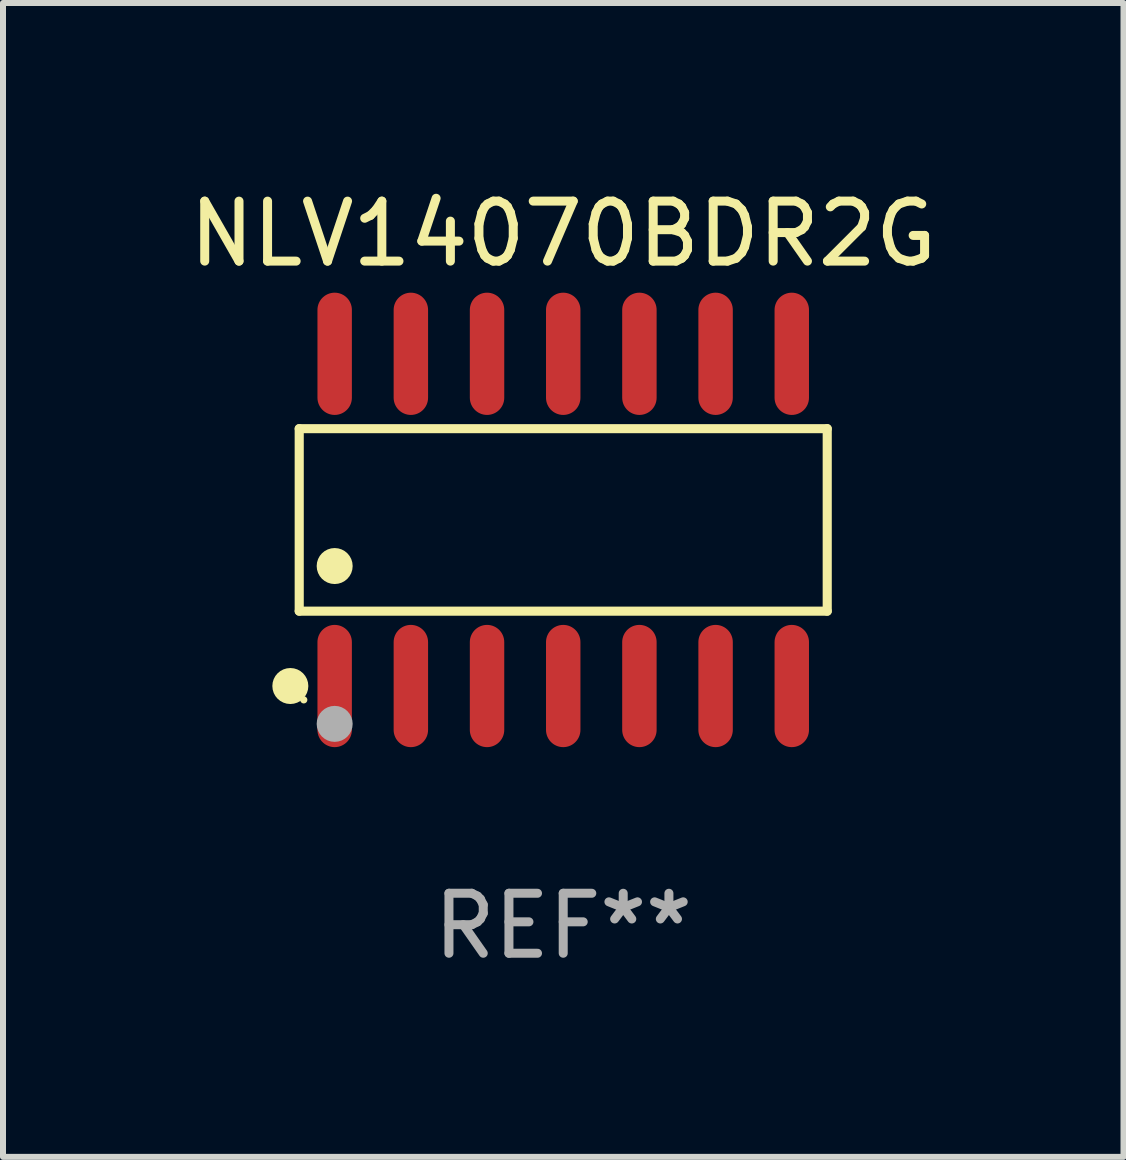
<source format=kicad_pcb>
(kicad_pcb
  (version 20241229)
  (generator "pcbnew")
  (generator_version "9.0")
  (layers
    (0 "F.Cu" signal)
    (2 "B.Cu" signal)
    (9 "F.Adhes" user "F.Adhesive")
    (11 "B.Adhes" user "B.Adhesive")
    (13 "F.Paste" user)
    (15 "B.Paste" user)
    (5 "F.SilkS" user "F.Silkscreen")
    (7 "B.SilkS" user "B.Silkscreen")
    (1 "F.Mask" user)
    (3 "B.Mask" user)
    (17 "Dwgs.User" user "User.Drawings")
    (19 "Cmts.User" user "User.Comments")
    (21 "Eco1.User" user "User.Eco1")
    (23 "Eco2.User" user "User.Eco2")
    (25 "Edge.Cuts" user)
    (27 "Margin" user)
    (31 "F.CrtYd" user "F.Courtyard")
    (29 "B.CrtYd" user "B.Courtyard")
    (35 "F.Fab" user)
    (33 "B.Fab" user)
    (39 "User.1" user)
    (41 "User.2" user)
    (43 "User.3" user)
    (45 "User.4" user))
  (footprint "NLV14070BDR2G"
    (layer "F.Cu")
    (at 6.339 5.617)
    (property "Reference" "NLV14070BDR2G" (at 0 -4.769 0) (layer "F.SilkS") (effects (font (size 1 1) (thickness 0.15))))
    (attr through_hole)
    (fp_line (start -4.401 -1.521) (end 4.401 -1.521) (stroke (width 0.152) (type solid)) (layer "F.SilkS"))
    (fp_line (start -4.401 1.521) (end -4.401 -1.521) (stroke (width 0.152) (type solid)) (layer "F.SilkS"))
    (fp_line (start 4.401 -1.521) (end 4.401 1.521) (stroke (width 0.152) (type solid)) (layer "F.SilkS"))
    (fp_line (start 4.401 1.521) (end -4.401 1.521) (stroke (width 0.152) (type solid)) (layer "F.SilkS"))
    (fp_circle (center -4.549 2.769) (end -4.399 2.769) (stroke (width 0.3) (type solid)) (fill no) (layer "F.SilkS"))
    (fp_circle (center -4.325 3) (end -4.295 3) (stroke (width 0.06) (type solid)) (fill no) (layer "F.SilkS"))
    (fp_circle (center -3.81 0.769) (end -3.66 0.769) (stroke (width 0.3) (type solid)) (fill no) (layer "F.SilkS"))
    (fp_circle (center -3.81 3.4) (end -3.66 3.4) (stroke (width 0.3) (type solid)) (fill no) (layer "F.Fab"))
    (fp_text user "REF**" (at 0 6.769 0) (layer "F.Fab") (effects (font (size 1 1) (thickness 0.15))))
    (pad "1" smd oval (at -3.81 2.769) (size 0.574 2.038) (layers "F.Cu" "F.Mask" "F.Paste"))
    (pad "2" smd oval (at -2.54 2.769) (size 0.574 2.038) (layers "F.Cu" "F.Mask" "F.Paste"))
    (pad "3" smd oval (at -1.27 2.769) (size 0.574 2.038) (layers "F.Cu" "F.Mask" "F.Paste"))
    (pad "4" smd oval (at 0 2.769) (size 0.574 2.038) (layers "F.Cu" "F.Mask" "F.Paste"))
    (pad "5" smd oval (at 1.27 2.769) (size 0.574 2.038) (layers "F.Cu" "F.Mask" "F.Paste"))
    (pad "6" smd oval (at 2.54 2.769) (size 0.574 2.038) (layers "F.Cu" "F.Mask" "F.Paste"))
    (pad "7" smd oval (at 3.81 2.769) (size 0.574 2.038) (layers "F.Cu" "F.Mask" "F.Paste"))
    (pad "8" smd oval (at 3.81 -2.769) (size 0.574 2.038) (layers "F.Cu" "F.Mask" "F.Paste"))
    (pad "9" smd oval (at 2.54 -2.769) (size 0.574 2.038) (layers "F.Cu" "F.Mask" "F.Paste"))
    (pad "10" smd oval (at 1.27 -2.769) (size 0.574 2.038) (layers "F.Cu" "F.Mask" "F.Paste"))
    (pad "11" smd oval (at 0 -2.769) (size 0.574 2.038) (layers "F.Cu" "F.Mask" "F.Paste"))
    (pad "12" smd oval (at -1.27 -2.769) (size 0.574 2.038) (layers "F.Cu" "F.Mask" "F.Paste"))
    (pad "13" smd oval (at -2.54 -2.769) (size 0.574 2.038) (layers "F.Cu" "F.Mask" "F.Paste"))
    (pad "14" smd oval (at -3.81 -2.769) (size 0.574 2.038) (layers "F.Cu" "F.Mask" "F.Paste")))
  (gr_rect
    (start -3 -3)
    (end 15.679 16.235)
    (stroke (width 0.1) (type default))
    (fill no)
    (layer "Edge.Cuts")))
</source>
